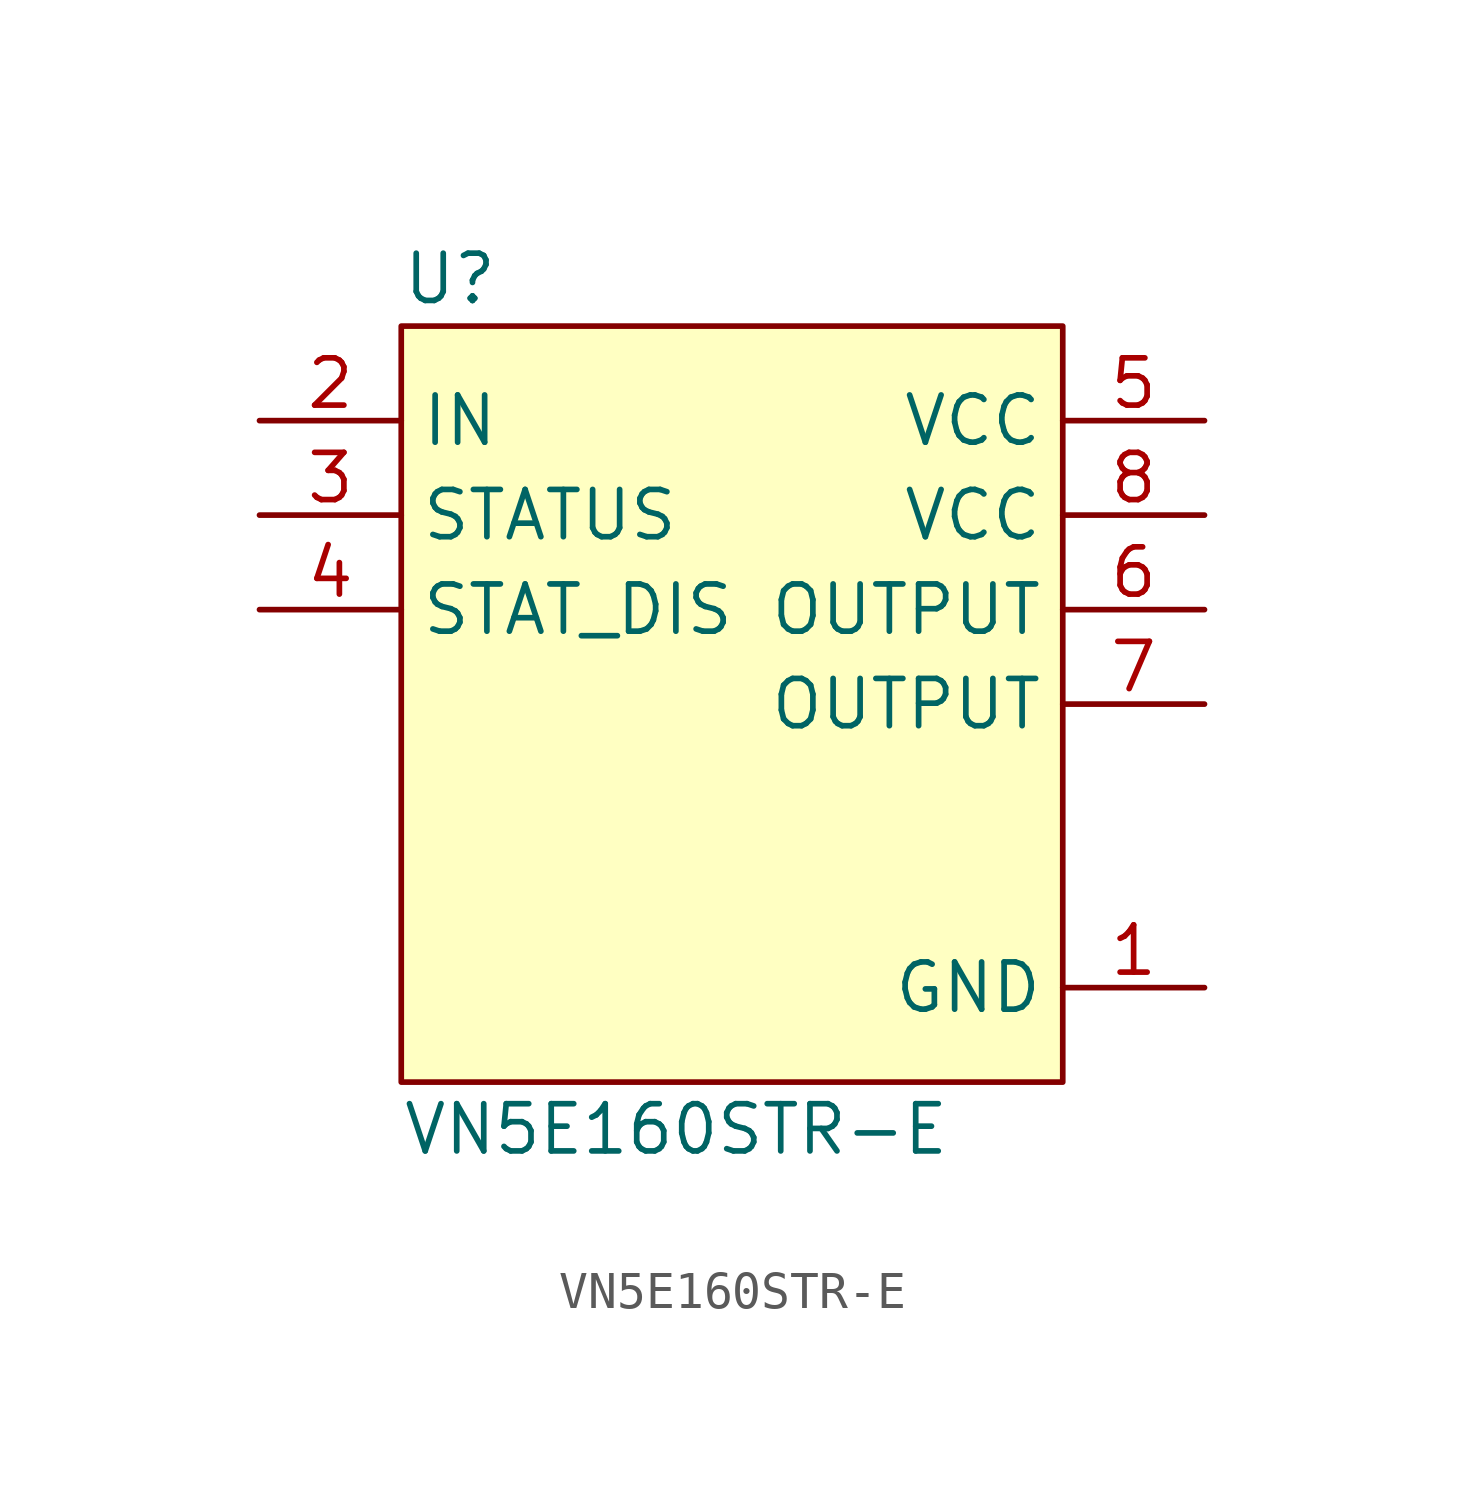
<source format=kicad_sym>
(kicad_symbol_lib
  (version 20211014)
  (generator kicad_symbol_editor)
  (symbol "VN5E160STR-E"
    (property "Reference" "U"
      (at 0 1.27 0)
      (effects (font (size 1.27 1.27)) (justify left)))
    (property "Value" "VN5E160STR-E"
      (at 0 -21.59 0)
      (effects (font (size 1.27 1.27)) (justify left)))
    (symbol "VN5E160STR-E_0_1"
      (rectangle (start 0 0) (end 17.78 -20.32) (stroke (width 0) (type default) (color 0 0 0 0)) (fill (type background))))
    (symbol "VN5E160STR-E_1_1"
      (pin power_in line (at 21.59 -17.78 180) (length 3.81) (name "GND" (effects (font (size 1.27 1.27)))) (number "1" (effects (font (size 1.27 1.27)))))
      (pin input line (at -3.81 -2.54 0) (length 3.81) (name "IN" (effects (font (size 1.27 1.27)))) (number "2" (effects (font (size 1.27 1.27)))))
      (pin output line (at -3.81 -5.08 0) (length 3.81) (name "STATUS" (effects (font (size 1.27 1.27)))) (number "3" (effects (font (size 1.27 1.27)))))
      (pin input line (at -3.81 -7.62 0) (length 3.81) (name "STAT_DIS" (effects (font (size 1.27 1.27)))) (number "4" (effects (font (size 1.27 1.27)))))
      (pin power_in line (at 21.59 -2.54 180) (length 3.81) (name "VCC" (effects (font (size 1.27 1.27)))) (number "5" (effects (font (size 1.27 1.27)))))
      (pin power_out line (at 21.59 -7.62 180) (length 3.81) (name "OUTPUT" (effects (font (size 1.27 1.27)))) (number "6" (effects (font (size 1.27 1.27)))))
      (pin power_out line (at 21.59 -10.16 180) (length 3.81) (name "OUTPUT" (effects (font (size 1.27 1.27)))) (number "7" (effects (font (size 1.27 1.27)))))
      (pin power_in line (at 21.59 -5.08 180) (length 3.81) (name "VCC" (effects (font (size 1.27 1.27)))) (number "8" (effects (font (size 1.27 1.27))))))))
</source>
